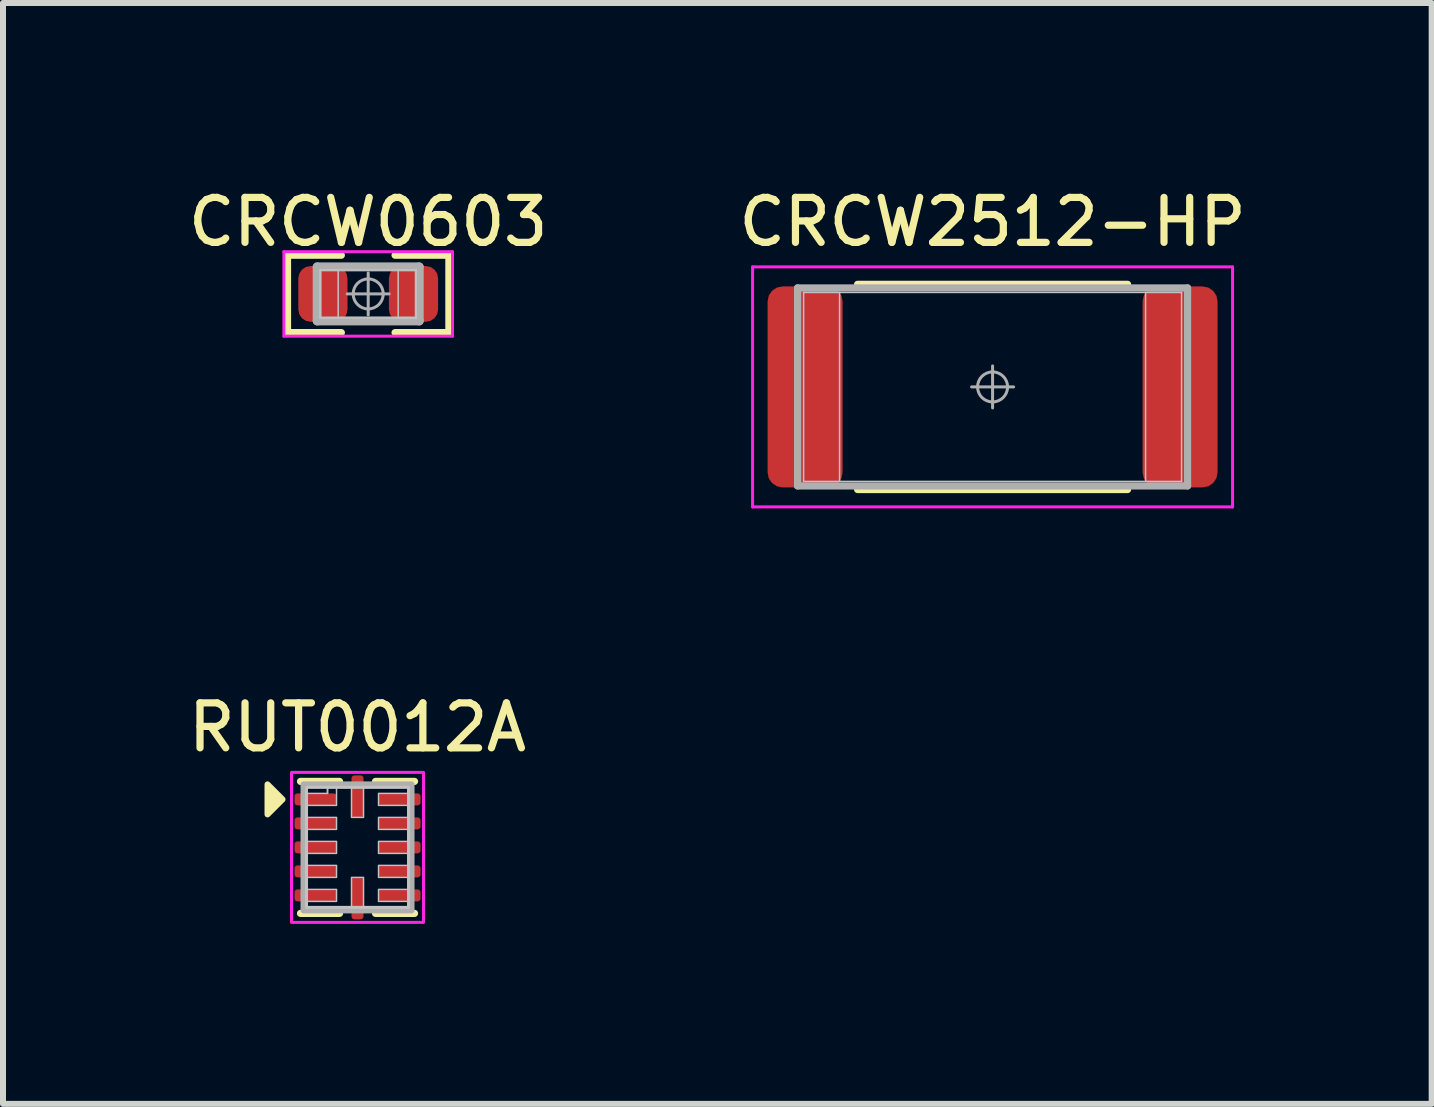
<source format=kicad_pcb>
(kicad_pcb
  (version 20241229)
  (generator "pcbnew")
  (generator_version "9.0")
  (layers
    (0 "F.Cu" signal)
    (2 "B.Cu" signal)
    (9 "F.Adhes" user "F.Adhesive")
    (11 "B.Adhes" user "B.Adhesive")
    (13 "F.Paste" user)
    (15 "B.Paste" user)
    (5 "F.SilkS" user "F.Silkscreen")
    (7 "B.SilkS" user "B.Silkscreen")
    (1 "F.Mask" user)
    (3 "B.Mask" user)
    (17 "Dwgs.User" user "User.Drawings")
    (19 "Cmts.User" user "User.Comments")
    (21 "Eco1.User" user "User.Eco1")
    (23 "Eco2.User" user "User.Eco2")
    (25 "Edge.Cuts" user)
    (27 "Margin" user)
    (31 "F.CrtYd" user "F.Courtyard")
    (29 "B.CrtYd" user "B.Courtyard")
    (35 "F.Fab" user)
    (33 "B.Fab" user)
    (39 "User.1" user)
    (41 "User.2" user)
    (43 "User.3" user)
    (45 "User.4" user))
  (footprint "CRCW0603"
    (layer "F.Cu")
    (at 3.087 1.849)
    (property "Reference" "CRCW0603" (at 0 -1.2 0) (layer "F.SilkS") (effects (font (size 0.75 0.75) (thickness 0.12))))
    (attr smd)
    (fp_line (start -1.345 -0.645) (end -0.448 -0.645) (stroke (width 0.12) (type solid)) (layer "F.SilkS"))
    (fp_line (start -1.345 0.645) (end -1.345 -0.645) (stroke (width 0.12) (type solid)) (layer "F.SilkS"))
    (fp_line (start -0.448 0.645) (end -1.345 0.645) (stroke (width 0.12) (type solid)) (layer "F.SilkS"))
    (fp_line (start 0.448 0.645) (end 1.345 0.645) (stroke (width 0.12) (type solid)) (layer "F.SilkS"))
    (fp_line (start 1.345 -0.645) (end 0.448 -0.645) (stroke (width 0.12) (type solid)) (layer "F.SilkS"))
    (fp_line (start 1.345 0.645) (end 1.345 -0.645) (stroke (width 0.12) (type solid)) (layer "F.SilkS"))
    (fp_line (start -0.8 -0.4) (end -0.5 -0.4) (stroke (width 0.025) (type solid)) (layer "Dwgs.User"))
    (fp_line (start -0.8 -0.4) (end 0.8 -0.4) (stroke (width 0.025) (type solid)) (layer "Dwgs.User"))
    (fp_line (start -0.8 0.4) (end -0.8 -0.4) (stroke (width 0.025) (type solid)) (layer "Dwgs.User"))
    (fp_line (start -0.8 0.4) (end -0.8 -0.4) (stroke (width 0.025) (type solid)) (layer "Dwgs.User"))
    (fp_line (start -0.5 -0.4) (end -0.5 0.4) (stroke (width 0.025) (type solid)) (layer "Dwgs.User"))
    (fp_line (start -0.5 0.4) (end -0.8 0.4) (stroke (width 0.025) (type solid)) (layer "Dwgs.User"))
    (fp_line (start 0.5 -0.4) (end 0.8 -0.4) (stroke (width 0.025) (type solid)) (layer "Dwgs.User"))
    (fp_line (start 0.5 0.4) (end 0.5 -0.4) (stroke (width 0.025) (type solid)) (layer "Dwgs.User"))
    (fp_line (start 0.8 -0.4) (end 0.8 0.4) (stroke (width 0.025) (type solid)) (layer "Dwgs.User"))
    (fp_line (start 0.8 -0.4) (end 0.8 0.4) (stroke (width 0.025) (type solid)) (layer "Dwgs.User"))
    (fp_line (start 0.8 0.4) (end -0.8 0.4) (stroke (width 0.025) (type solid)) (layer "Dwgs.User"))
    (fp_line (start 0.8 0.4) (end 0.5 0.4) (stroke (width 0.025) (type solid)) (layer "Dwgs.User"))
    (fp_line (start -1.405 -0.704) (end 1.405 -0.704) (stroke (width 0.05) (type solid)) (layer "F.CrtYd"))
    (fp_line (start -1.405 0.704) (end -1.405 -0.704) (stroke (width 0.05) (type solid)) (layer "F.CrtYd"))
    (fp_line (start 1.405 -0.704) (end 1.405 0.704) (stroke (width 0.05) (type solid)) (layer "F.CrtYd"))
    (fp_line (start 1.405 0.704) (end -1.405 0.704) (stroke (width 0.05) (type solid)) (layer "F.CrtYd"))
    (fp_line (start -0.85 -0.45) (end 0.85 -0.45) (stroke (width 0.15) (type solid)) (layer "F.Fab"))
    (fp_line (start -0.85 0.45) (end -0.85 -0.45) (stroke (width 0.15) (type solid)) (layer "F.Fab"))
    (fp_line (start 0 -0.35) (end 0 0.35) (stroke (width 0.05) (type solid)) (layer "F.Fab"))
    (fp_line (start 0.35 0) (end -0.35 0) (stroke (width 0.05) (type solid)) (layer "F.Fab"))
    (fp_line (start 0.85 -0.45) (end 0.85 0.45) (stroke (width 0.15) (type solid)) (layer "F.Fab"))
    (fp_line (start 0.85 0.45) (end -0.85 0.45) (stroke (width 0.15) (type solid)) (layer "F.Fab"))
    (fp_circle (center 0 0) (end 0.25 0) (stroke (width 0.05) (type solid)) (fill no) (layer "F.Fab"))
    (pad "1" smd roundrect (at -0.755 0) (size 0.82 0.929) (layers "F.Cu" "F.Mask" "F.Paste") (roundrect_rratio 0.25))
    (pad "2" smd roundrect (at 0.755 0) (size 0.82 0.929) (layers "F.Cu" "F.Mask" "F.Paste") (roundrect_rratio 0.25)))
  (footprint "CRCW2512-HP"
    (layer "F.Cu")
    (at 13.494 3.399)
    (property "Reference" "CRCW2512-HP" (at 0 -2.75 0) (layer "F.SilkS") (effects (font (size 0.75 0.75) (thickness 0.12))))
    (attr smd)
    (fp_line (start -2.25 -1.71) (end 2.25 -1.71) (stroke (width 0.12) (type solid)) (layer "F.SilkS"))
    (fp_line (start -2.25 1.71) (end 2.25 1.71) (stroke (width 0.12) (type solid)) (layer "F.SilkS"))
    (fp_line (start -3.15 -1.575) (end 3.15 -1.575) (stroke (width 0.025) (type solid)) (layer "Dwgs.User"))
    (fp_line (start -3.15 1.575) (end -3.15 -1.575) (stroke (width 0.025) (type solid)) (layer "Dwgs.User"))
    (fp_line (start -2.55 -1.575) (end -2.55 1.575) (stroke (width 0.025) (type solid)) (layer "Dwgs.User"))
    (fp_line (start 2.55 1.575) (end 2.55 -1.575) (stroke (width 0.025) (type solid)) (layer "Dwgs.User"))
    (fp_line (start 3.15 -1.575) (end 3.15 1.575) (stroke (width 0.025) (type solid)) (layer "Dwgs.User"))
    (fp_line (start 3.15 1.575) (end -3.15 1.575) (stroke (width 0.025) (type solid)) (layer "Dwgs.User"))
    (fp_line (start -4 -2) (end 4 -2) (stroke (width 0.05) (type solid)) (layer "F.CrtYd"))
    (fp_line (start -4 2) (end -4 -2) (stroke (width 0.05) (type solid)) (layer "F.CrtYd"))
    (fp_line (start 4 -2) (end 4 2) (stroke (width 0.05) (type solid)) (layer "F.CrtYd"))
    (fp_line (start 4 2) (end -4 2) (stroke (width 0.05) (type solid)) (layer "F.CrtYd"))
    (fp_line (start -3.25 -1.65) (end 3.25 -1.65) (stroke (width 0.12) (type solid)) (layer "F.Fab"))
    (fp_line (start -3.25 1.65) (end -3.25 -1.65) (stroke (width 0.12) (type solid)) (layer "F.Fab"))
    (fp_line (start 0 -0.35) (end 0 0.35) (stroke (width 0.05) (type solid)) (layer "F.Fab"))
    (fp_line (start 0.35 0) (end -0.35 0) (stroke (width 0.05) (type solid)) (layer "F.Fab"))
    (fp_line (start 3.25 -1.65) (end 3.25 1.65) (stroke (width 0.12) (type solid)) (layer "F.Fab"))
    (fp_line (start 3.25 1.65) (end -3.25 1.65) (stroke (width 0.12) (type solid)) (layer "F.Fab"))
    (fp_circle (center 0 0) (end 0.25 0) (stroke (width 0.05) (type solid)) (fill no) (layer "F.Fab"))
    (pad "1" smd roundrect (at -3.125 0) (size 1.25 3.35) (layers "F.Cu" "F.Mask" "F.Paste") (roundrect_rratio 0.2))
    (pad "2" smd roundrect (at 3.125 0) (size 1.25 3.35) (layers "F.Cu" "F.Mask" "F.Paste") (roundrect_rratio 0.2)))
  (footprint "RUT0012A"
    (layer "F.Cu")
    (at 2.909 11.074)
    (property "Reference" "RUT0012A" (at 0 -2 0) (unlocked yes) (layer "F.SilkS") (effects (font (size 0.75 0.75) (thickness 0.12))))
    (attr smd)
    (fp_line (start -0.3 -1.1) (end -0.95 -1.1) (stroke (width 0.12) (type default)) (layer "F.SilkS"))
    (fp_line (start -0.3 1.1) (end -0.95 1.1) (stroke (width 0.12) (type default)) (layer "F.SilkS"))
    (fp_line (start 0.95 -1.1) (end 0.3 -1.1) (stroke (width 0.12) (type default)) (layer "F.SilkS"))
    (fp_line (start 0.95 1.1) (end 0.3 1.1) (stroke (width 0.12) (type default)) (layer "F.SilkS"))
    (fp_poly (pts (xy -1.25 -0.8) (xy -1.5 -0.55) (xy -1.5 -1.05)) (stroke (width 0.1) (type solid)) (fill yes) (layer "F.SilkS"))
    (fp_line (start -0.5 -0.9) (end -0.5 -1) (stroke (width 0.025) (type default)) (layer "Dwgs.User"))
    (fp_rect (start -0.85 -1) (end 0.85 1) (stroke (width 0.05) (type default)) (fill no) (layer "Dwgs.User"))
    (fp_rect (start -0.85 -0.5) (end -0.35 -0.3) (stroke (width 0.025) (type default)) (fill no) (layer "Dwgs.User"))
    (fp_rect (start -0.85 -0.1) (end -0.35 0.1) (stroke (width 0.025) (type default)) (fill no) (layer "Dwgs.User"))
    (fp_rect (start -0.85 0.3) (end -0.35 0.5) (stroke (width 0.025) (type default)) (fill no) (layer "Dwgs.User"))
    (fp_rect (start -0.85 0.7) (end -0.35 0.9) (stroke (width 0.025) (type default)) (fill no) (layer "Dwgs.User"))
    (fp_rect (start -0.1 -1) (end 0.1 -0.5) (stroke (width 0.025) (type default)) (fill no) (layer "Dwgs.User"))
    (fp_rect (start -0.1 0.5) (end 0.1 1) (stroke (width 0.025) (type default)) (fill no) (layer "Dwgs.User"))
    (fp_rect (start 0.35 -0.9) (end 0.85 -0.7) (stroke (width 0.025) (type default)) (fill no) (layer "Dwgs.User"))
    (fp_rect (start 0.35 -0.5) (end 0.85 -0.3) (stroke (width 0.025) (type default)) (fill no) (layer "Dwgs.User"))
    (fp_rect (start 0.35 -0.1) (end 0.85 0.1) (stroke (width 0.025) (type default)) (fill no) (layer "Dwgs.User"))
    (fp_rect (start 0.35 0.3) (end 0.85 0.5) (stroke (width 0.025) (type default)) (fill no) (layer "Dwgs.User"))
    (fp_rect (start 0.35 0.7) (end 0.85 0.9) (stroke (width 0.025) (type default)) (fill no) (layer "Dwgs.User"))
    (fp_poly (pts (xy -0.85 -0.7) (xy -0.35 -0.7) (xy -0.35 -1) (xy -0.5 -1) (xy -0.5 -0.9) (xy -0.85 -0.9)) (stroke (width 0.025) (type solid)) (fill no) (layer "Dwgs.User"))
    (fp_rect (start -1.1 -1.25) (end 1.1 1.25) (stroke (width 0.05) (type default)) (fill no) (layer "F.CrtYd"))
    (fp_rect (start -0.9 -1.05) (end 0.9 1.05) (stroke (width 0.1) (type default)) (fill no) (layer "F.Fab"))
    (pad "1" smd roundrect (at -0.7 -0.8) (size 0.7 0.2) (layers "F.Cu" "F.Mask" "F.Paste") (roundrect_rratio 0.25))
    (pad "2" smd roundrect (at -0.7 -0.4) (size 0.7 0.2) (layers "F.Cu" "F.Mask" "F.Paste") (roundrect_rratio 0.25))
    (pad "3" smd roundrect (at -0.7 0) (size 0.7 0.2) (layers "F.Cu" "F.Mask" "F.Paste") (roundrect_rratio 0.25))
    (pad "4" smd roundrect (at -0.7 0.4) (size 0.7 0.2) (layers "F.Cu" "F.Mask" "F.Paste") (roundrect_rratio 0.25))
    (pad "5" smd roundrect (at -0.7 0.8) (size 0.7 0.2) (layers "F.Cu" "F.Mask" "F.Paste") (roundrect_rratio 0.25))
    (pad "6" smd roundrect (at 0 0.85 90) (size 0.7 0.2) (layers "F.Cu" "F.Mask" "F.Paste") (roundrect_rratio 0.25))
    (pad "7" smd roundrect (at 0.7 0.8 180) (size 0.7 0.2) (layers "F.Cu" "F.Mask" "F.Paste") (roundrect_rratio 0.25))
    (pad "8" smd roundrect (at 0.7 0.4 180) (size 0.7 0.2) (layers "F.Cu" "F.Mask" "F.Paste") (roundrect_rratio 0.25))
    (pad "9" smd roundrect (at 0.7 0 180) (size 0.7 0.2) (layers "F.Cu" "F.Mask" "F.Paste") (roundrect_rratio 0.25))
    (pad "10" smd roundrect (at 0.7 -0.4 180) (size 0.7 0.2) (layers "F.Cu" "F.Mask" "F.Paste") (roundrect_rratio 0.25))
    (pad "11" smd roundrect (at 0.7 -0.8 180) (size 0.7 0.2) (layers "F.Cu" "F.Mask" "F.Paste") (roundrect_rratio 0.25))
    (pad "12" smd roundrect (at 0 -0.85 270) (size 0.7 0.2) (layers "F.Cu" "F.Mask" "F.Paste") (roundrect_rratio 0.25)))
  (gr_rect
    (start -3 -3)
    (end 20.813 15.349)
    (stroke (width 0.1) (type default))
    (fill no)
    (layer "Edge.Cuts")))
</source>
